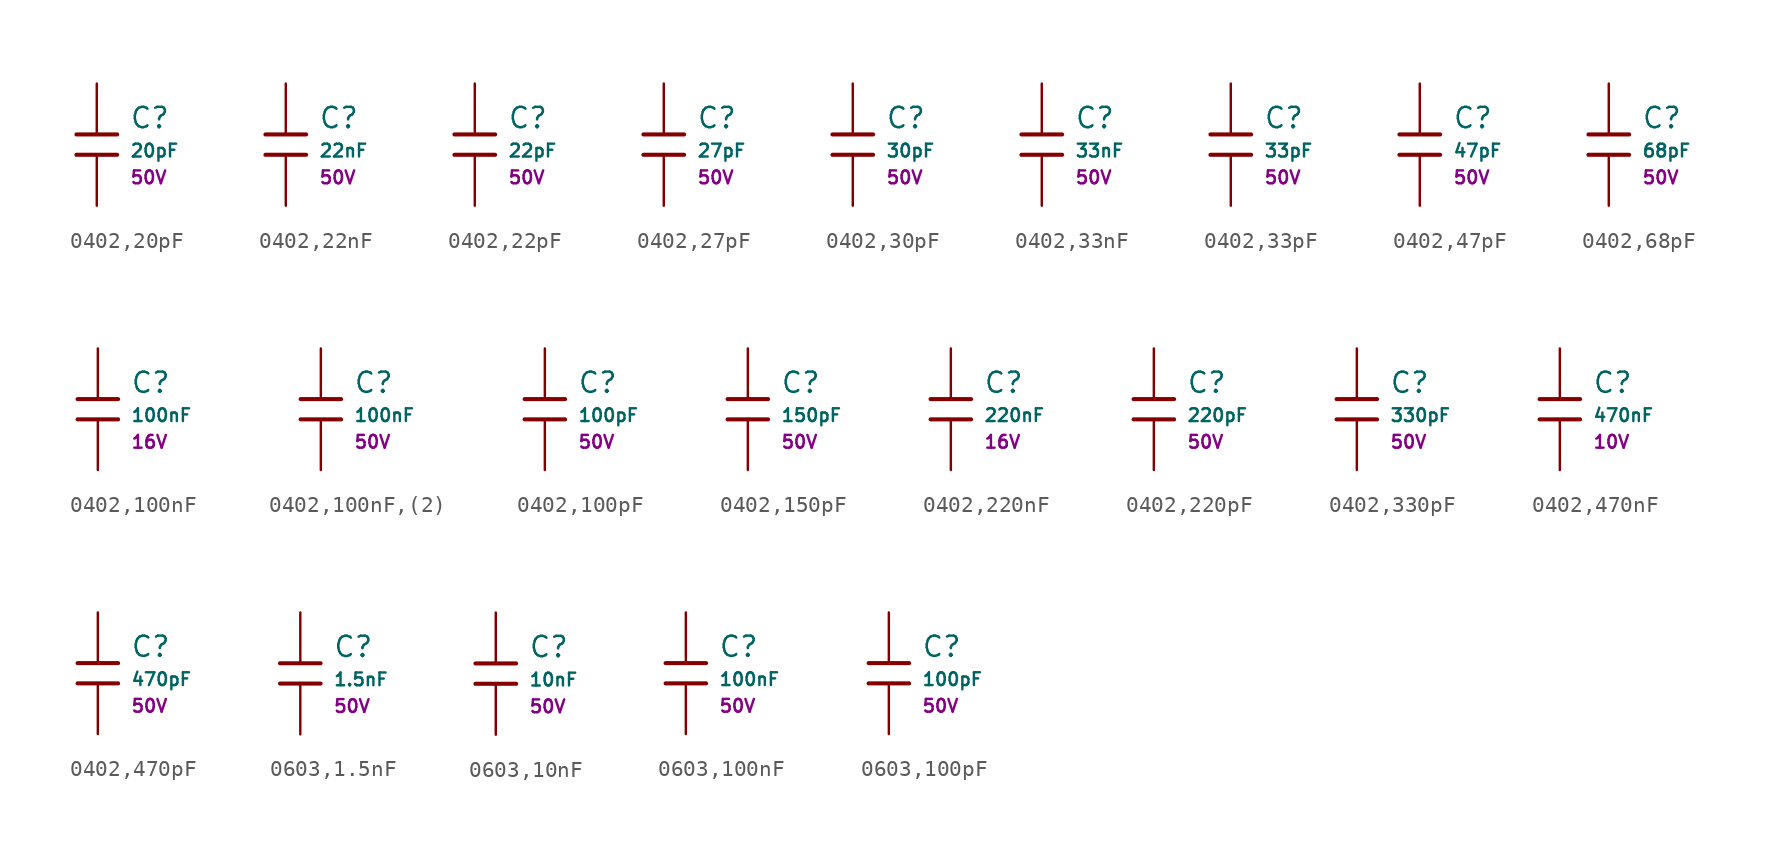
<source format=kicad_sym>
(kicad_symbol_lib
  (version 20231120)
  (generator "CDFER")
  (generator_version "8.0")
  (symbol "0402,20pF"
    (pin_numbers hide)
    (pin_names
      (offset 0))
    (property "Reference" "C"
      (at 2.032 1.668 0)
      (effects (font (size 1.27 1.27)) (justify left)))
    (property "Value" "20pF"
      (at 2.032 -0.378 0)
      (effects (font (size 0.8 0.8)) (justify left)))
    (property "Voltage Rated" "50V"
      (at 2.032 -2.046 0)
      (effects (font (size 0.8 0.8)) (justify left)))
    (symbol "0402,20pF_0_1"
      (polyline (pts (xy -1.27 0.635) (xy 1.27 0.635)) (stroke (width 0.254) (type default)) (fill (type none))))
    (symbol "0402,20pF_0_1"
      (polyline (pts (xy -1.27 -0.635) (xy 1.27 -0.635)) (stroke (width 0.254) (type default)) (fill (type none))))
    (symbol "0402,20pF_1_1"
      (pin passive line (at 0 3.81 270) (length 3.175) (name "~" (effects (font (size 1.27 1.27)))) (number "1" (effects (font (size 1.27 1.27)))))
      (pin passive line (at 0 -3.81 90) (length 3.175) (name "~" (effects (font (size 1.27 1.27)))) (number "2" (effects (font (size 1.27 1.27)))))))
  (symbol "0402,22nF"
    (pin_numbers hide)
    (pin_names
      (offset 0))
    (property "Reference" "C"
      (at 2.032 1.668 0)
      (effects (font (size 1.27 1.27)) (justify left)))
    (property "Value" "22nF"
      (at 2.032 -0.378 0)
      (effects (font (size 0.8 0.8)) (justify left)))
    (property "Voltage Rated" "50V"
      (at 2.032 -2.046 0)
      (effects (font (size 0.8 0.8)) (justify left)))
    (symbol "0402,22nF_0_1"
      (polyline (pts (xy -1.27 0.635) (xy 1.27 0.635)) (stroke (width 0.254) (type default)) (fill (type none))))
    (symbol "0402,22nF_0_1"
      (polyline (pts (xy -1.27 -0.635) (xy 1.27 -0.635)) (stroke (width 0.254) (type default)) (fill (type none))))
    (symbol "0402,22nF_1_1"
      (pin passive line (at 0 3.81 270) (length 3.175) (name "~" (effects (font (size 1.27 1.27)))) (number "1" (effects (font (size 1.27 1.27)))))
      (pin passive line (at 0 -3.81 90) (length 3.175) (name "~" (effects (font (size 1.27 1.27)))) (number "2" (effects (font (size 1.27 1.27)))))))
  (symbol "0402,22pF"
    (pin_numbers hide)
    (pin_names
      (offset 0))
    (property "Reference" "C"
      (at 2.032 1.668 0)
      (effects (font (size 1.27 1.27)) (justify left)))
    (property "Value" "22pF"
      (at 2.032 -0.378 0)
      (effects (font (size 0.8 0.8)) (justify left)))
    (property "Voltage Rated" "50V"
      (at 2.032 -2.046 0)
      (effects (font (size 0.8 0.8)) (justify left)))
    (symbol "0402,22pF_0_1"
      (polyline (pts (xy -1.27 0.635) (xy 1.27 0.635)) (stroke (width 0.254) (type default)) (fill (type none))))
    (symbol "0402,22pF_0_1"
      (polyline (pts (xy -1.27 -0.635) (xy 1.27 -0.635)) (stroke (width 0.254) (type default)) (fill (type none))))
    (symbol "0402,22pF_1_1"
      (pin passive line (at 0 3.81 270) (length 3.175) (name "~" (effects (font (size 1.27 1.27)))) (number "1" (effects (font (size 1.27 1.27)))))
      (pin passive line (at 0 -3.81 90) (length 3.175) (name "~" (effects (font (size 1.27 1.27)))) (number "2" (effects (font (size 1.27 1.27)))))))
  (symbol "0402,27pF"
    (pin_numbers hide)
    (pin_names
      (offset 0))
    (property "Reference" "C"
      (at 2.032 1.668 0)
      (effects (font (size 1.27 1.27)) (justify left)))
    (property "Value" "27pF"
      (at 2.032 -0.378 0)
      (effects (font (size 0.8 0.8)) (justify left)))
    (property "Voltage Rated" "50V"
      (at 2.032 -2.046 0)
      (effects (font (size 0.8 0.8)) (justify left)))
    (symbol "0402,27pF_0_1"
      (polyline (pts (xy -1.27 0.635) (xy 1.27 0.635)) (stroke (width 0.254) (type default)) (fill (type none))))
    (symbol "0402,27pF_0_1"
      (polyline (pts (xy -1.27 -0.635) (xy 1.27 -0.635)) (stroke (width 0.254) (type default)) (fill (type none))))
    (symbol "0402,27pF_1_1"
      (pin passive line (at 0 3.81 270) (length 3.175) (name "~" (effects (font (size 1.27 1.27)))) (number "1" (effects (font (size 1.27 1.27)))))
      (pin passive line (at 0 -3.81 90) (length 3.175) (name "~" (effects (font (size 1.27 1.27)))) (number "2" (effects (font (size 1.27 1.27)))))))
  (symbol "0402,30pF"
    (pin_numbers hide)
    (pin_names
      (offset 0))
    (property "Reference" "C"
      (at 2.032 1.668 0)
      (effects (font (size 1.27 1.27)) (justify left)))
    (property "Value" "30pF"
      (at 2.032 -0.378 0)
      (effects (font (size 0.8 0.8)) (justify left)))
    (property "Voltage Rated" "50V"
      (at 2.032 -2.046 0)
      (effects (font (size 0.8 0.8)) (justify left)))
    (symbol "0402,30pF_0_1"
      (polyline (pts (xy -1.27 0.635) (xy 1.27 0.635)) (stroke (width 0.254) (type default)) (fill (type none))))
    (symbol "0402,30pF_0_1"
      (polyline (pts (xy -1.27 -0.635) (xy 1.27 -0.635)) (stroke (width 0.254) (type default)) (fill (type none))))
    (symbol "0402,30pF_1_1"
      (pin passive line (at 0 3.81 270) (length 3.175) (name "~" (effects (font (size 1.27 1.27)))) (number "1" (effects (font (size 1.27 1.27)))))
      (pin passive line (at 0 -3.81 90) (length 3.175) (name "~" (effects (font (size 1.27 1.27)))) (number "2" (effects (font (size 1.27 1.27)))))))
  (symbol "0402,33nF"
    (pin_numbers hide)
    (pin_names
      (offset 0))
    (property "Reference" "C"
      (at 2.032 1.668 0)
      (effects (font (size 1.27 1.27)) (justify left)))
    (property "Value" "33nF"
      (at 2.032 -0.378 0)
      (effects (font (size 0.8 0.8)) (justify left)))
    (property "Voltage Rated" "50V"
      (at 2.032 -2.046 0)
      (effects (font (size 0.8 0.8)) (justify left)))
    (symbol "0402,33nF_0_1"
      (polyline (pts (xy -1.27 0.635) (xy 1.27 0.635)) (stroke (width 0.254) (type default)) (fill (type none))))
    (symbol "0402,33nF_0_1"
      (polyline (pts (xy -1.27 -0.635) (xy 1.27 -0.635)) (stroke (width 0.254) (type default)) (fill (type none))))
    (symbol "0402,33nF_1_1"
      (pin passive line (at 0 3.81 270) (length 3.175) (name "~" (effects (font (size 1.27 1.27)))) (number "1" (effects (font (size 1.27 1.27)))))
      (pin passive line (at 0 -3.81 90) (length 3.175) (name "~" (effects (font (size 1.27 1.27)))) (number "2" (effects (font (size 1.27 1.27)))))))
  (symbol "0402,33pF"
    (pin_numbers hide)
    (pin_names
      (offset 0))
    (property "Reference" "C"
      (at 2.032 1.668 0)
      (effects (font (size 1.27 1.27)) (justify left)))
    (property "Value" "33pF"
      (at 2.032 -0.378 0)
      (effects (font (size 0.8 0.8)) (justify left)))
    (property "Voltage Rated" "50V"
      (at 2.032 -2.046 0)
      (effects (font (size 0.8 0.8)) (justify left)))
    (symbol "0402,33pF_0_1"
      (polyline (pts (xy -1.27 0.635) (xy 1.27 0.635)) (stroke (width 0.254) (type default)) (fill (type none))))
    (symbol "0402,33pF_0_1"
      (polyline (pts (xy -1.27 -0.635) (xy 1.27 -0.635)) (stroke (width 0.254) (type default)) (fill (type none))))
    (symbol "0402,33pF_1_1"
      (pin passive line (at 0 3.81 270) (length 3.175) (name "~" (effects (font (size 1.27 1.27)))) (number "1" (effects (font (size 1.27 1.27)))))
      (pin passive line (at 0 -3.81 90) (length 3.175) (name "~" (effects (font (size 1.27 1.27)))) (number "2" (effects (font (size 1.27 1.27)))))))
  (symbol "0402,47pF"
    (pin_numbers hide)
    (pin_names
      (offset 0))
    (property "Reference" "C"
      (at 2.032 1.668 0)
      (effects (font (size 1.27 1.27)) (justify left)))
    (property "Value" "47pF"
      (at 2.032 -0.378 0)
      (effects (font (size 0.8 0.8)) (justify left)))
    (property "Voltage Rated" "50V"
      (at 2.032 -2.046 0)
      (effects (font (size 0.8 0.8)) (justify left)))
    (symbol "0402,47pF_0_1"
      (polyline (pts (xy -1.27 0.635) (xy 1.27 0.635)) (stroke (width 0.254) (type default)) (fill (type none))))
    (symbol "0402,47pF_0_1"
      (polyline (pts (xy -1.27 -0.635) (xy 1.27 -0.635)) (stroke (width 0.254) (type default)) (fill (type none))))
    (symbol "0402,47pF_1_1"
      (pin passive line (at 0 3.81 270) (length 3.175) (name "~" (effects (font (size 1.27 1.27)))) (number "1" (effects (font (size 1.27 1.27)))))
      (pin passive line (at 0 -3.81 90) (length 3.175) (name "~" (effects (font (size 1.27 1.27)))) (number "2" (effects (font (size 1.27 1.27)))))))
  (symbol "0402,68pF"
    (pin_numbers hide)
    (pin_names
      (offset 0))
    (property "Reference" "C"
      (at 2.032 1.668 0)
      (effects (font (size 1.27 1.27)) (justify left)))
    (property "Value" "68pF"
      (at 2.032 -0.378 0)
      (effects (font (size 0.8 0.8)) (justify left)))
    (property "Voltage Rated" "50V"
      (at 2.032 -2.046 0)
      (effects (font (size 0.8 0.8)) (justify left)))
    (symbol "0402,68pF_0_1"
      (polyline (pts (xy -1.27 0.635) (xy 1.27 0.635)) (stroke (width 0.254) (type default)) (fill (type none))))
    (symbol "0402,68pF_0_1"
      (polyline (pts (xy -1.27 -0.635) (xy 1.27 -0.635)) (stroke (width 0.254) (type default)) (fill (type none))))
    (symbol "0402,68pF_1_1"
      (pin passive line (at 0 3.81 270) (length 3.175) (name "~" (effects (font (size 1.27 1.27)))) (number "1" (effects (font (size 1.27 1.27)))))
      (pin passive line (at 0 -3.81 90) (length 3.175) (name "~" (effects (font (size 1.27 1.27)))) (number "2" (effects (font (size 1.27 1.27)))))))
  (symbol "0402,100nF"
    (pin_numbers hide)
    (pin_names
      (offset 0))
    (property "Reference" "C"
      (at 2.032 1.668 0)
      (effects (font (size 1.27 1.27)) (justify left)))
    (property "Value" "100nF"
      (at 2.032 -0.378 0)
      (effects (font (size 0.8 0.8)) (justify left)))
    (property "Voltage Rated" "16V"
      (at 2.032 -2.046 0)
      (effects (font (size 0.8 0.8)) (justify left)))
    (symbol "0402,100nF_0_1"
      (polyline (pts (xy -1.27 0.635) (xy 1.27 0.635)) (stroke (width 0.254) (type default)) (fill (type none))))
    (symbol "0402,100nF_0_1"
      (polyline (pts (xy -1.27 -0.635) (xy 1.27 -0.635)) (stroke (width 0.254) (type default)) (fill (type none))))
    (symbol "0402,100nF_1_1"
      (pin passive line (at 0 3.81 270) (length 3.175) (name "~" (effects (font (size 1.27 1.27)))) (number "1" (effects (font (size 1.27 1.27)))))
      (pin passive line (at 0 -3.81 90) (length 3.175) (name "~" (effects (font (size 1.27 1.27)))) (number "2" (effects (font (size 1.27 1.27)))))))
  (symbol "0402,100nF,(2)"
    (pin_numbers hide)
    (pin_names
      (offset 0))
    (property "Reference" "C"
      (at 2.032 1.668 0)
      (effects (font (size 1.27 1.27)) (justify left)))
    (property "Value" "100nF"
      (at 2.032 -0.378 0)
      (effects (font (size 0.8 0.8)) (justify left)))
    (property "Voltage Rated" "50V"
      (at 2.032 -2.046 0)
      (effects (font (size 0.8 0.8)) (justify left)))
    (symbol "0402,100nF,(2)_0_1"
      (polyline (pts (xy -1.27 0.635) (xy 1.27 0.635)) (stroke (width 0.254) (type default)) (fill (type none))))
    (symbol "0402,100nF,(2)_0_1"
      (polyline (pts (xy -1.27 -0.635) (xy 1.27 -0.635)) (stroke (width 0.254) (type default)) (fill (type none))))
    (symbol "0402,100nF,(2)_1_1"
      (pin passive line (at 0 3.81 270) (length 3.175) (name "~" (effects (font (size 1.27 1.27)))) (number "1" (effects (font (size 1.27 1.27)))))
      (pin passive line (at 0 -3.81 90) (length 3.175) (name "~" (effects (font (size 1.27 1.27)))) (number "2" (effects (font (size 1.27 1.27)))))))
  (symbol "0402,100pF"
    (pin_numbers hide)
    (pin_names
      (offset 0))
    (property "Reference" "C"
      (at 2.032 1.668 0)
      (effects (font (size 1.27 1.27)) (justify left)))
    (property "Value" "100pF"
      (at 2.032 -0.378 0)
      (effects (font (size 0.8 0.8)) (justify left)))
    (property "Voltage Rated" "50V"
      (at 2.032 -2.046 0)
      (effects (font (size 0.8 0.8)) (justify left)))
    (symbol "0402,100pF_0_1"
      (polyline (pts (xy -1.27 0.635) (xy 1.27 0.635)) (stroke (width 0.254) (type default)) (fill (type none))))
    (symbol "0402,100pF_0_1"
      (polyline (pts (xy -1.27 -0.635) (xy 1.27 -0.635)) (stroke (width 0.254) (type default)) (fill (type none))))
    (symbol "0402,100pF_1_1"
      (pin passive line (at 0 3.81 270) (length 3.175) (name "~" (effects (font (size 1.27 1.27)))) (number "1" (effects (font (size 1.27 1.27)))))
      (pin passive line (at 0 -3.81 90) (length 3.175) (name "~" (effects (font (size 1.27 1.27)))) (number "2" (effects (font (size 1.27 1.27)))))))
  (symbol "0402,150pF"
    (pin_numbers hide)
    (pin_names
      (offset 0))
    (property "Reference" "C"
      (at 2.032 1.668 0)
      (effects (font (size 1.27 1.27)) (justify left)))
    (property "Value" "150pF"
      (at 2.032 -0.378 0)
      (effects (font (size 0.8 0.8)) (justify left)))
    (property "Voltage Rated" "50V"
      (at 2.032 -2.046 0)
      (effects (font (size 0.8 0.8)) (justify left)))
    (symbol "0402,150pF_0_1"
      (polyline (pts (xy -1.27 0.635) (xy 1.27 0.635)) (stroke (width 0.254) (type default)) (fill (type none))))
    (symbol "0402,150pF_0_1"
      (polyline (pts (xy -1.27 -0.635) (xy 1.27 -0.635)) (stroke (width 0.254) (type default)) (fill (type none))))
    (symbol "0402,150pF_1_1"
      (pin passive line (at 0 3.81 270) (length 3.175) (name "~" (effects (font (size 1.27 1.27)))) (number "1" (effects (font (size 1.27 1.27)))))
      (pin passive line (at 0 -3.81 90) (length 3.175) (name "~" (effects (font (size 1.27 1.27)))) (number "2" (effects (font (size 1.27 1.27)))))))
  (symbol "0402,220nF"
    (pin_numbers hide)
    (pin_names
      (offset 0))
    (property "Reference" "C"
      (at 2.032 1.668 0)
      (effects (font (size 1.27 1.27)) (justify left)))
    (property "Value" "220nF"
      (at 2.032 -0.378 0)
      (effects (font (size 0.8 0.8)) (justify left)))
    (property "Voltage Rated" "16V"
      (at 2.032 -2.046 0)
      (effects (font (size 0.8 0.8)) (justify left)))
    (symbol "0402,220nF_0_1"
      (polyline (pts (xy -1.27 0.635) (xy 1.27 0.635)) (stroke (width 0.254) (type default)) (fill (type none))))
    (symbol "0402,220nF_0_1"
      (polyline (pts (xy -1.27 -0.635) (xy 1.27 -0.635)) (stroke (width 0.254) (type default)) (fill (type none))))
    (symbol "0402,220nF_1_1"
      (pin passive line (at 0 3.81 270) (length 3.175) (name "~" (effects (font (size 1.27 1.27)))) (number "1" (effects (font (size 1.27 1.27)))))
      (pin passive line (at 0 -3.81 90) (length 3.175) (name "~" (effects (font (size 1.27 1.27)))) (number "2" (effects (font (size 1.27 1.27)))))))
  (symbol "0402,220pF"
    (pin_numbers hide)
    (pin_names
      (offset 0))
    (property "Reference" "C"
      (at 2.032 1.668 0)
      (effects (font (size 1.27 1.27)) (justify left)))
    (property "Value" "220pF"
      (at 2.032 -0.378 0)
      (effects (font (size 0.8 0.8)) (justify left)))
    (property "Voltage Rated" "50V"
      (at 2.032 -2.046 0)
      (effects (font (size 0.8 0.8)) (justify left)))
    (symbol "0402,220pF_0_1"
      (polyline (pts (xy -1.27 0.635) (xy 1.27 0.635)) (stroke (width 0.254) (type default)) (fill (type none))))
    (symbol "0402,220pF_0_1"
      (polyline (pts (xy -1.27 -0.635) (xy 1.27 -0.635)) (stroke (width 0.254) (type default)) (fill (type none))))
    (symbol "0402,220pF_1_1"
      (pin passive line (at 0 3.81 270) (length 3.175) (name "~" (effects (font (size 1.27 1.27)))) (number "1" (effects (font (size 1.27 1.27)))))
      (pin passive line (at 0 -3.81 90) (length 3.175) (name "~" (effects (font (size 1.27 1.27)))) (number "2" (effects (font (size 1.27 1.27)))))))
  (symbol "0402,330pF"
    (pin_numbers hide)
    (pin_names
      (offset 0))
    (property "Reference" "C"
      (at 2.032 1.668 0)
      (effects (font (size 1.27 1.27)) (justify left)))
    (property "Value" "330pF"
      (at 2.032 -0.378 0)
      (effects (font (size 0.8 0.8)) (justify left)))
    (property "Voltage Rated" "50V"
      (at 2.032 -2.046 0)
      (effects (font (size 0.8 0.8)) (justify left)))
    (symbol "0402,330pF_0_1"
      (polyline (pts (xy -1.27 0.635) (xy 1.27 0.635)) (stroke (width 0.254) (type default)) (fill (type none))))
    (symbol "0402,330pF_0_1"
      (polyline (pts (xy -1.27 -0.635) (xy 1.27 -0.635)) (stroke (width 0.254) (type default)) (fill (type none))))
    (symbol "0402,330pF_1_1"
      (pin passive line (at 0 3.81 270) (length 3.175) (name "~" (effects (font (size 1.27 1.27)))) (number "1" (effects (font (size 1.27 1.27)))))
      (pin passive line (at 0 -3.81 90) (length 3.175) (name "~" (effects (font (size 1.27 1.27)))) (number "2" (effects (font (size 1.27 1.27)))))))
  (symbol "0402,470nF"
    (pin_numbers hide)
    (pin_names
      (offset 0))
    (property "Reference" "C"
      (at 2.032 1.668 0)
      (effects (font (size 1.27 1.27)) (justify left)))
    (property "Value" "470nF"
      (at 2.032 -0.378 0)
      (effects (font (size 0.8 0.8)) (justify left)))
    (property "Voltage Rated" "10V"
      (at 2.032 -2.046 0)
      (effects (font (size 0.8 0.8)) (justify left)))
    (symbol "0402,470nF_0_1"
      (polyline (pts (xy -1.27 0.635) (xy 1.27 0.635)) (stroke (width 0.254) (type default)) (fill (type none))))
    (symbol "0402,470nF_0_1"
      (polyline (pts (xy -1.27 -0.635) (xy 1.27 -0.635)) (stroke (width 0.254) (type default)) (fill (type none))))
    (symbol "0402,470nF_1_1"
      (pin passive line (at 0 3.81 270) (length 3.175) (name "~" (effects (font (size 1.27 1.27)))) (number "1" (effects (font (size 1.27 1.27)))))
      (pin passive line (at 0 -3.81 90) (length 3.175) (name "~" (effects (font (size 1.27 1.27)))) (number "2" (effects (font (size 1.27 1.27)))))))
  (symbol "0402,470pF"
    (pin_numbers hide)
    (pin_names
      (offset 0))
    (property "Reference" "C"
      (at 2.032 1.668 0)
      (effects (font (size 1.27 1.27)) (justify left)))
    (property "Value" "470pF"
      (at 2.032 -0.378 0)
      (effects (font (size 0.8 0.8)) (justify left)))
    (property "Voltage Rated" "50V"
      (at 2.032 -2.046 0)
      (effects (font (size 0.8 0.8)) (justify left)))
    (symbol "0402,470pF_0_1"
      (polyline (pts (xy -1.27 0.635) (xy 1.27 0.635)) (stroke (width 0.254) (type default)) (fill (type none))))
    (symbol "0402,470pF_0_1"
      (polyline (pts (xy -1.27 -0.635) (xy 1.27 -0.635)) (stroke (width 0.254) (type default)) (fill (type none))))
    (symbol "0402,470pF_1_1"
      (pin passive line (at 0 3.81 270) (length 3.175) (name "~" (effects (font (size 1.27 1.27)))) (number "1" (effects (font (size 1.27 1.27)))))
      (pin passive line (at 0 -3.81 90) (length 3.175) (name "~" (effects (font (size 1.27 1.27)))) (number "2" (effects (font (size 1.27 1.27)))))))
  (symbol "0603,1.5nF"
    (pin_numbers hide)
    (pin_names
      (offset 0))
    (property "Reference" "C"
      (at 2.032 1.668 0)
      (effects (font (size 1.27 1.27)) (justify left)))
    (property "Value" "1.5nF"
      (at 2.032 -0.378 0)
      (effects (font (size 0.8 0.8)) (justify left)))
    (property "Voltage Rated" "50V"
      (at 2.032 -2.046 0)
      (effects (font (size 0.8 0.8)) (justify left)))
    (symbol "0603,1.5nF_0_1"
      (polyline (pts (xy -1.27 0.635) (xy 1.27 0.635)) (stroke (width 0.254) (type default)) (fill (type none))))
    (symbol "0603,1.5nF_0_1"
      (polyline (pts (xy -1.27 -0.635) (xy 1.27 -0.635)) (stroke (width 0.254) (type default)) (fill (type none))))
    (symbol "0603,1.5nF_1_1"
      (pin passive line (at 0 3.81 270) (length 3.175) (name "~" (effects (font (size 1.27 1.27)))) (number "1" (effects (font (size 1.27 1.27)))))
      (pin passive line (at 0 -3.81 90) (length 3.175) (name "~" (effects (font (size 1.27 1.27)))) (number "2" (effects (font (size 1.27 1.27)))))))
  (symbol "0603,10nF"
    (pin_numbers hide)
    (pin_names
      (offset 0))
    (property "Reference" "C"
      (at 2.032 1.668 0)
      (effects (font (size 1.27 1.27)) (justify left)))
    (property "Value" "10nF"
      (at 2.032 -0.378 0)
      (effects (font (size 0.8 0.8)) (justify left)))
    (property "Voltage Rated" "50V"
      (at 2.032 -2.046 0)
      (effects (font (size 0.8 0.8)) (justify left)))
    (symbol "0603,10nF_0_1"
      (polyline (pts (xy -1.27 0.635) (xy 1.27 0.635)) (stroke (width 0.254) (type default)) (fill (type none))))
    (symbol "0603,10nF_0_1"
      (polyline (pts (xy -1.27 -0.635) (xy 1.27 -0.635)) (stroke (width 0.254) (type default)) (fill (type none))))
    (symbol "0603,10nF_1_1"
      (pin passive line (at 0 3.81 270) (length 3.175) (name "~" (effects (font (size 1.27 1.27)))) (number "1" (effects (font (size 1.27 1.27)))))
      (pin passive line (at 0 -3.81 90) (length 3.175) (name "~" (effects (font (size 1.27 1.27)))) (number "2" (effects (font (size 1.27 1.27)))))))
  (symbol "0603,100nF"
    (pin_numbers hide)
    (pin_names
      (offset 0))
    (property "Reference" "C"
      (at 2.032 1.668 0)
      (effects (font (size 1.27 1.27)) (justify left)))
    (property "Value" "100nF"
      (at 2.032 -0.378 0)
      (effects (font (size 0.8 0.8)) (justify left)))
    (property "Voltage Rated" "50V"
      (at 2.032 -2.046 0)
      (effects (font (size 0.8 0.8)) (justify left)))
    (symbol "0603,100nF_0_1"
      (polyline (pts (xy -1.27 0.635) (xy 1.27 0.635)) (stroke (width 0.254) (type default)) (fill (type none))))
    (symbol "0603,100nF_0_1"
      (polyline (pts (xy -1.27 -0.635) (xy 1.27 -0.635)) (stroke (width 0.254) (type default)) (fill (type none))))
    (symbol "0603,100nF_1_1"
      (pin passive line (at 0 3.81 270) (length 3.175) (name "~" (effects (font (size 1.27 1.27)))) (number "1" (effects (font (size 1.27 1.27)))))
      (pin passive line (at 0 -3.81 90) (length 3.175) (name "~" (effects (font (size 1.27 1.27)))) (number "2" (effects (font (size 1.27 1.27)))))))
  (symbol "0603,100pF"
    (pin_numbers hide)
    (pin_names
      (offset 0))
    (property "Reference" "C"
      (at 2.032 1.668 0)
      (effects (font (size 1.27 1.27)) (justify left)))
    (property "Value" "100pF"
      (at 2.032 -0.378 0)
      (effects (font (size 0.8 0.8)) (justify left)))
    (property "Voltage Rated" "50V"
      (at 2.032 -2.046 0)
      (effects (font (size 0.8 0.8)) (justify left)))
    (symbol "0603,100pF_0_1"
      (polyline (pts (xy -1.27 0.635) (xy 1.27 0.635)) (stroke (width 0.254) (type default)) (fill (type none))))
    (symbol "0603,100pF_0_1"
      (polyline (pts (xy -1.27 -0.635) (xy 1.27 -0.635)) (stroke (width 0.254) (type default)) (fill (type none))))
    (symbol "0603,100pF_1_1"
      (pin passive line (at 0 3.81 270) (length 3.175) (name "~" (effects (font (size 1.27 1.27)))) (number "1" (effects (font (size 1.27 1.27)))))
      (pin passive line (at 0 -3.81 90) (length 3.175) (name "~" (effects (font (size 1.27 1.27)))) (number "2" (effects (font (size 1.27 1.27))))))))
</source>
